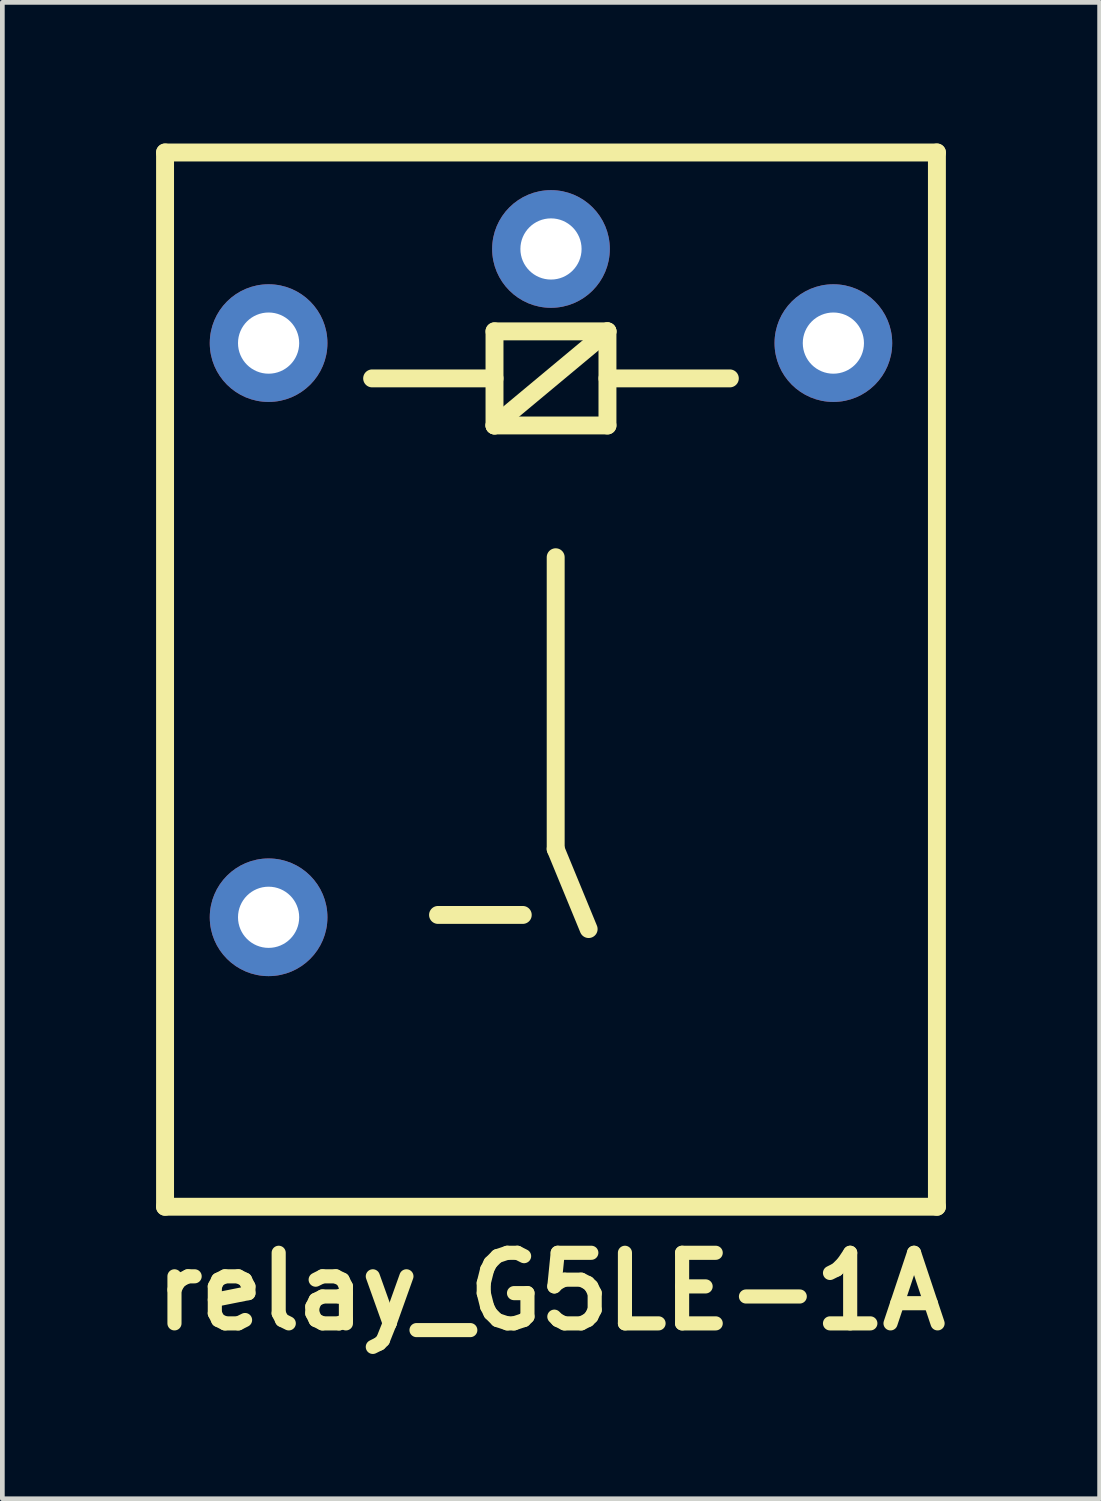
<source format=kicad_pcb>
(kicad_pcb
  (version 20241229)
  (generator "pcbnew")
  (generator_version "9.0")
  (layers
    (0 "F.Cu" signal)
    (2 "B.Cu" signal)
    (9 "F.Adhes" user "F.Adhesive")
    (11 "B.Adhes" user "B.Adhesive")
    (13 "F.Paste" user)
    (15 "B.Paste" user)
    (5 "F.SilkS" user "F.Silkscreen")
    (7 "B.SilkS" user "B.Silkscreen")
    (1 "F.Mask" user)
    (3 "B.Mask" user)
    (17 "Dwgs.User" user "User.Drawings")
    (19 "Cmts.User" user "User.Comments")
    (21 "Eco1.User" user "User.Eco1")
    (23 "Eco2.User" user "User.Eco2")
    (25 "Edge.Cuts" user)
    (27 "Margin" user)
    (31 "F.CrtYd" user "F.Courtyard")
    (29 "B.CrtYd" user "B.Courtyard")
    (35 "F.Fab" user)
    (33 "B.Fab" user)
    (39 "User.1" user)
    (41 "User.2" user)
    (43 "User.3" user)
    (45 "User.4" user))
  (footprint "relay_G5LE-1A"
    (layer "F.Cu")
    (at 8.657 11.39)
    (property "Reference" "relay_G5LE-1A" (at 0 13 0) (layer "F.SilkS") (effects (font (size 1.5 1.5) (thickness 0.3))))
    (attr through_hole)
    (fp_line (start -8.2 -11.2) (end -8.2 11.2) (stroke (width 0.381) (type solid)) (layer "F.SilkS"))
    (fp_line (start -8.2 -11.2) (end 8.2 -11.2) (stroke (width 0.381) (type solid)) (layer "F.SilkS"))
    (fp_line (start -8.2 11.2) (end 8.2 11.2) (stroke (width 0.381) (type solid)) (layer "F.SilkS"))
    (fp_line (start -3.8 -6.4) (end -1.2 -6.4) (stroke (width 0.381) (type solid)) (layer "F.SilkS"))
    (fp_line (start -2.4 5) (end -0.6 5) (stroke (width 0.381) (type solid)) (layer "F.SilkS"))
    (fp_line (start -1.2 -7.4) (end -1.2 -5.4) (stroke (width 0.381) (type solid)) (layer "F.SilkS"))
    (fp_line (start -1.2 -5.4) (end 1.2 -7.4) (stroke (width 0.381) (type solid)) (layer "F.SilkS"))
    (fp_line (start -1.2 -5.4) (end 1.2 -5.4) (stroke (width 0.381) (type solid)) (layer "F.SilkS"))
    (fp_line (start 0.1 -2.6) (end 0.1 3.6) (stroke (width 0.381) (type solid)) (layer "F.SilkS"))
    (fp_line (start 0.1 3.6) (end 0.8 5.3) (stroke (width 0.381) (type solid)) (layer "F.SilkS"))
    (fp_line (start 1.2 -7.4) (end -1.2 -7.4) (stroke (width 0.381) (type solid)) (layer "F.SilkS"))
    (fp_line (start 1.2 -5.4) (end 1.2 -7.4) (stroke (width 0.381) (type solid)) (layer "F.SilkS"))
    (fp_line (start 3.8 -6.4) (end 1.2 -6.4) (stroke (width 0.381) (type solid)) (layer "F.SilkS"))
    (fp_line (start 8.2 -11.2) (end 8.2 11.2) (stroke (width 0.381) (type solid)) (layer "F.SilkS"))
    (pad "1" thru_hole circle (at -6 -7.15) (size 2.5 2.5) (drill 1.3) (layers "*.Cu" "*.Mask"))
    (pad "2" thru_hole circle (at 6 -7.15) (size 2.5 2.5) (drill 1.3) (layers "*.Cu" "*.Mask"))
    (pad "3" thru_hole circle (at 0 -9.15) (size 2.5 2.5) (drill 1.3) (layers "*.Cu" "*.Mask"))
    (pad "4" thru_hole circle (at -6 5.05) (size 2.5 2.5) (drill 1.3) (layers "*.Cu" "*.Mask")))
  (gr_rect
    (start -3 -3)
    (end 20.314 28.794)
    (stroke (width 0.1) (type default))
    (fill no)
    (layer "Edge.Cuts")))
</source>
